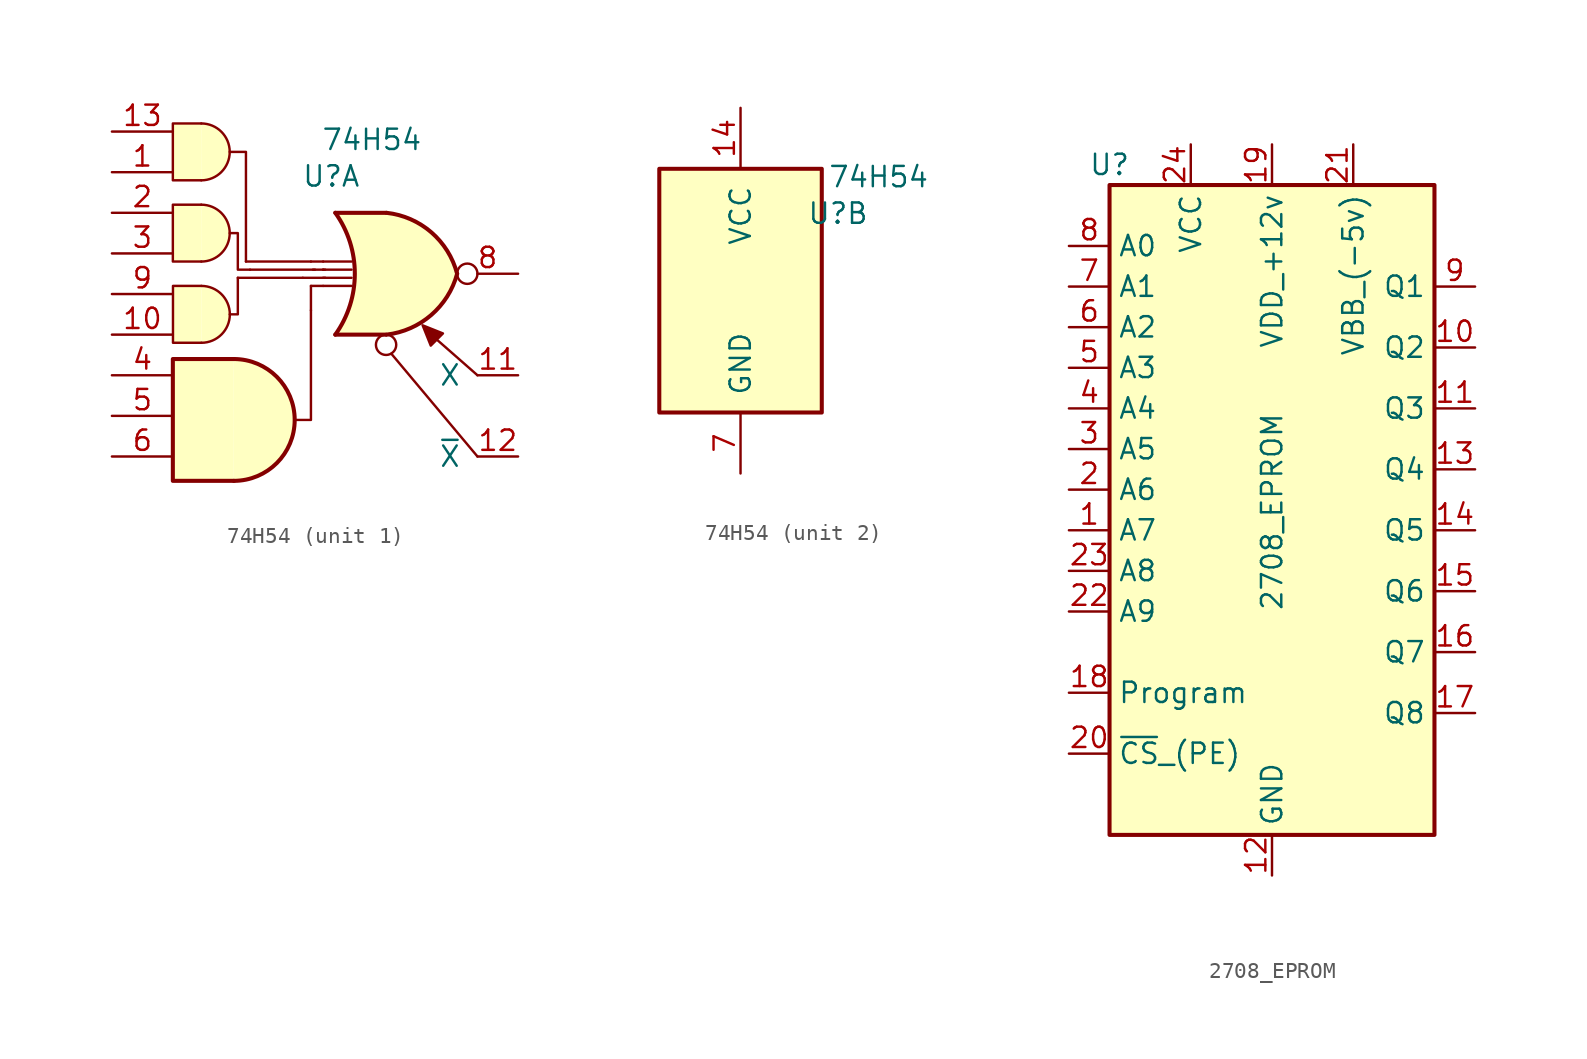
<source format=kicad_sym>
(kicad_symbol_lib
  (version 20220914)
  (generator kicad_symbol_editor)
  (symbol "74H54"
    (pin_names
      (offset 1.016))
    (property "Reference" "U"
      (at 6.096 4.826 0)
      (effects (font (size 1.27 1.27))))
    (property "Value" "74H54"
      (at 8.636 7.112 0)
      (effects (font (size 1.27 1.27))))
    (property "ki_locked" ""
      (at 0 0 0)
      (effects (font (size 1.27 1.27))))
    (symbol "74H54_1_0"
      (arc (start -2.032 -0.508) (mid -0.2617 1.27) (end -2.032 3.048) (stroke (width 0) (type default)) (fill (type background)))
      (arc (start -2.032 4.572) (mid -0.2617 6.35) (end -2.032 8.128) (stroke (width 0) (type default)) (fill (type background)))
      (arc (start -2.0243 -5.588) (mid -0.254 -3.81) (end -2.0243 -2.032) (stroke (width 0) (type default)) (fill (type background)))
      (polyline (pts (xy 4.318 -1.524) (xy 5.715 -1.524)) (stroke (width 0) (type default)) (fill (type none)))
      (polyline (pts (xy 4.826 -2.032) (xy 5.588 -2.032)) (stroke (width 0) (type default)) (fill (type none)))
      (polyline (pts (xy 4.826 -0.508) (xy 5.588 -0.508)) (stroke (width 0) (type default)) (fill (type none)))
      (polyline (pts (xy 5.715 -1.016) (xy 4.953 -1.016)) (stroke (width 0) (type default)) (fill (type none)))
      (polyline (pts (xy -0.254 -3.81) (xy 0.254 -3.81) (xy 0.254 -1.524)) (stroke (width 0) (type default)) (fill (type none)))
      (polyline (pts (xy 0.762 -0.508) (xy 0.762 6.35) (xy -0.254 6.35)) (stroke (width 0) (type default)) (fill (type none)))
      (polyline (pts (xy 4.826 -3.556) (xy 4.826 -10.414) (xy 3.81 -10.414)) (stroke (width 0) (type default)) (fill (type none)))
      (polyline (pts (xy -2.032 3.048) (xy -3.81 3.048) (xy -3.81 -0.508) (xy -2.032 -0.508)) (stroke (width 0) (type default)) (fill (type background)))
      (polyline (pts (xy -2.032 8.128) (xy -3.81 8.128) (xy -3.81 4.572) (xy -2.032 4.572)) (stroke (width 0) (type default)) (fill (type background)))
      (polyline (pts (xy -2.024 -2.032) (xy -3.802 -2.032) (xy -3.802 -5.588) (xy -2.024 -5.588)) (stroke (width 0) (type default)) (fill (type background)))
      (polyline (pts (xy 1.016 -1.016) (xy 0.254 -1.016) (xy 0.254 1.27) (xy -0.254 1.27)) (stroke (width 0) (type default)) (fill (type none)))
      (pin input line (at -7.62 5.08 0) (length 3.81) (name "~" (effects (font (size 1.27 1.27)))) (number "1" (effects (font (size 1.27 1.27)))))
      (pin input line (at -7.62 -5.08 0) (length 3.81) (name "~" (effects (font (size 1.27 1.27)))) (number "10" (effects (font (size 1.27 1.27)))))
      (pin input line (at -7.62 7.62 0) (length 3.81) (name "~" (effects (font (size 1.27 1.27)))) (number "13" (effects (font (size 1.27 1.27)))))
      (pin input line (at -7.62 2.54 0) (length 3.81) (name "~" (effects (font (size 1.27 1.27)))) (number "2" (effects (font (size 1.27 1.27)))))
      (pin input line (at -7.62 0 0) (length 3.81) (name "~" (effects (font (size 1.27 1.27)))) (number "3" (effects (font (size 1.27 1.27)))))
      (pin input line (at -7.62 -2.54 0) (length 3.81) (name "~" (effects (font (size 1.27 1.27)))) (number "9" (effects (font (size 1.27 1.27))))))
    (symbol "74H54_1_1"
      (arc (start 0 -14.224) (mid 3.7934 -10.414) (end 0 -6.604) (stroke (width 0.254) (type default)) (fill (type background)))
      (polyline (pts (xy 0.254 -1.524) (xy 4.318 -1.524)) (stroke (width 0) (type default)) (fill (type none)))
      (polyline (pts (xy 0.762 -0.508) (xy 4.826 -0.508)) (stroke (width 0) (type default)) (fill (type none)))
      (polyline (pts (xy 1.016 -1.016) (xy 5.08 -1.016)) (stroke (width 0) (type default)) (fill (type none)))
      (polyline (pts (xy 4.826 -3.556) (xy 4.826 -2.032)) (stroke (width 0) (type default)) (fill (type none)))
      (polyline (pts (xy 5.588 -2.032) (xy 7.366 -2.032)) (stroke (width 0) (type default)) (fill (type none)))
      (polyline (pts (xy 5.588 -1.524) (xy 7.366 -1.524)) (stroke (width 0) (type default)) (fill (type none)))
      (polyline (pts (xy 5.588 -1.016) (xy 5.588 -1.016)) (stroke (width 0) (type default)) (fill (type none)))
      (polyline (pts (xy 5.588 -1.016) (xy 7.366 -1.016)) (stroke (width 0) (type default)) (fill (type none)))
      (polyline (pts (xy 5.588 -0.508) (xy 7.366 -0.508)) (stroke (width 0) (type default)) (fill (type none)))
      (polyline (pts (xy 6.35 -5.08) (xy 9.525 -5.08)) (stroke (width 0.254) (type default)) (fill (type background)))
      (polyline (pts (xy 6.35 2.54) (xy 9.525 2.54)) (stroke (width 0.254) (type default)) (fill (type background)))
      (polyline (pts (xy 9.855 -6.274) (xy 15.24 -12.7)) (stroke (width 0) (type default)) (fill (type none)))
      (polyline (pts (xy 15.24 -7.62) (xy 12.751 -5.436)) (stroke (width 0) (type default)) (fill (type none)))
      (polyline (pts (xy 0 -6.604) (xy -3.81 -6.604) (xy -3.81 -14.224) (xy 0 -14.224)) (stroke (width 0.254) (type default)) (fill (type background)))
      (polyline (pts (xy 11.811 -4.496) (xy 12.319 -5.766) (xy 13.081 -5.004) (xy 11.811 -4.496)) (stroke (width 0) (type default)) (fill (type outline)))
      (polyline (pts (xy 9.525 2.54) (xy 6.35 2.54) (xy 6.35 2.54) (xy 6.604 2.134) (xy 7.137 0.991) (xy 7.468 -0.229) (xy 7.544 -1.524) (xy 7.391 -2.769) (xy 6.985 -3.988) (xy 6.35 -5.08) (xy 6.35 -5.08) (xy 9.525 -5.08)) (stroke (width -25.4) (type default)) (fill (type background)))
      (arc (start 6.35 -5.08) (mid 7.571 -1.27) (end 6.35 2.54) (stroke (width 0.254) (type default)) (fill (type none)))
      (circle (center 9.525 -5.715) (radius 0.635) (stroke (width 0) (type default)) (fill (type none)))
      (arc (start 9.5504 -5.08) (mid 12.3457 -3.8541) (end 13.97 -1.27) (stroke (width 0.254) (type default)) (fill (type background)))
      (arc (start 13.97 -1.27) (mid 12.3528 1.3223) (end 9.5504 2.54) (stroke (width 0.254) (type default)) (fill (type background)))
      (pin bidirectional line (at 17.78 -7.62 180) (length 2.54) (name "X" (effects (font (size 1.27 1.27)))) (number "11" (effects (font (size 1.27 1.27)))))
      (pin bidirectional line (at 17.78 -12.7 180) (length 2.54) (name "~{X}" (effects (font (size 1.27 1.27)))) (number "12" (effects (font (size 1.27 1.27)))))
      (pin input line (at -7.62 -7.62 0) (length 3.81) (name "~" (effects (font (size 1.27 1.27)))) (number "4" (effects (font (size 1.27 1.27)))))
      (pin input line (at -7.62 -10.16 0) (length 3.81) (name "~" (effects (font (size 1.27 1.27)))) (number "5" (effects (font (size 1.27 1.27)))))
      (pin input line (at -7.62 -12.7 0) (length 3.81) (name "~" (effects (font (size 1.27 1.27)))) (number "6" (effects (font (size 1.27 1.27)))))
      (pin output inverted (at 17.78 -1.27 180) (length 3.81) (name "" (effects (font (size 1.27 1.27)))) (number "8" (effects (font (size 1.27 1.27))))))
    (symbol "74H54_2_0"
      (pin power_in line (at 0 11.43 270) (length 3.81) (name "VCC" (effects (font (size 1.27 1.27)))) (number "14" (effects (font (size 1.27 1.27)))))
      (pin power_in line (at 0 -11.43 90) (length 3.81) (name "GND" (effects (font (size 1.27 1.27)))) (number "7" (effects (font (size 1.27 1.27))))))
    (symbol "74H54_2_1"
      (rectangle (start -5.08 7.62) (end 5.08 -7.62) (stroke (width 0.254) (type default)) (fill (type background)))))
  (symbol "2708_EPROM"
    (property "Reference" "U"
      (at -10.16 20.32 0)
      (effects (font (size 1.27 1.27))))
    (property "Value" "2708_EPROM"
      (at 0 -7.62 90)
      (effects (font (size 1.27 1.27)) (justify left)))
    (symbol "2708_EPROM_1_1"
      (rectangle (start -10.16 19.05) (end 10.16 -21.59) (stroke (width 0.254) (type default)) (fill (type background)))
      (pin input line (at -12.7 -2.54 0) (length 2.54) (name "A7" (effects (font (size 1.27 1.27)))) (number "1" (effects (font (size 1.27 1.27)))))
      (pin tri_state line (at 12.7 8.89 180) (length 2.54) (name "Q2" (effects (font (size 1.27 1.27)))) (number "10" (effects (font (size 1.27 1.27)))))
      (pin tri_state line (at 12.7 5.08 180) (length 2.54) (name "Q3" (effects (font (size 1.27 1.27)))) (number "11" (effects (font (size 1.27 1.27)))))
      (pin power_in line (at 0 -24.13 90) (length 2.54) (name "GND" (effects (font (size 1.27 1.27)))) (number "12" (effects (font (size 1.27 1.27)))))
      (pin tri_state line (at 12.7 1.27 180) (length 2.54) (name "Q4" (effects (font (size 1.27 1.27)))) (number "13" (effects (font (size 1.27 1.27)))))
      (pin tri_state line (at 12.7 -2.54 180) (length 2.54) (name "Q5" (effects (font (size 1.27 1.27)))) (number "14" (effects (font (size 1.27 1.27)))))
      (pin tri_state line (at 12.7 -6.35 180) (length 2.54) (name "Q6" (effects (font (size 1.27 1.27)))) (number "15" (effects (font (size 1.27 1.27)))))
      (pin tri_state line (at 12.7 -10.16 180) (length 2.54) (name "Q7" (effects (font (size 1.27 1.27)))) (number "16" (effects (font (size 1.27 1.27)))))
      (pin tri_state line (at 12.7 -13.97 180) (length 2.54) (name "Q8" (effects (font (size 1.27 1.27)))) (number "17" (effects (font (size 1.27 1.27)))))
      (pin input line (at -12.7 -12.7 0) (length 2.54) (name "Program" (effects (font (size 1.27 1.27)))) (number "18" (effects (font (size 1.27 1.27)))))
      (pin power_in line (at 0 21.59 270) (length 2.54) (name "VDD_+12v" (effects (font (size 1.27 1.27)))) (number "19" (effects (font (size 1.27 1.27)))))
      (pin input line (at -12.7 0 0) (length 2.54) (name "A6" (effects (font (size 1.27 1.27)))) (number "2" (effects (font (size 1.27 1.27)))))
      (pin input line (at -12.7 -16.51 0) (length 2.54) (name "~{CS}_(PE)" (effects (font (size 1.27 1.27)))) (number "20" (effects (font (size 1.27 1.27)))))
      (pin power_in line (at 5.08 21.59 270) (length 2.54) (name "VBB_(-5v)" (effects (font (size 1.27 1.27)))) (number "21" (effects (font (size 1.27 1.27)))))
      (pin input line (at -12.7 -7.62 0) (length 2.54) (name "A9" (effects (font (size 1.27 1.27)))) (number "22" (effects (font (size 1.27 1.27)))))
      (pin input line (at -12.7 -5.08 0) (length 2.54) (name "A8" (effects (font (size 1.27 1.27)))) (number "23" (effects (font (size 1.27 1.27)))))
      (pin power_in line (at -5.08 21.59 270) (length 2.54) (name "VCC" (effects (font (size 1.27 1.27)))) (number "24" (effects (font (size 1.27 1.27)))))
      (pin input line (at -12.7 2.54 0) (length 2.54) (name "A5" (effects (font (size 1.27 1.27)))) (number "3" (effects (font (size 1.27 1.27)))))
      (pin input line (at -12.7 5.08 0) (length 2.54) (name "A4" (effects (font (size 1.27 1.27)))) (number "4" (effects (font (size 1.27 1.27)))))
      (pin input line (at -12.7 7.62 0) (length 2.54) (name "A3" (effects (font (size 1.27 1.27)))) (number "5" (effects (font (size 1.27 1.27)))))
      (pin input line (at -12.7 10.16 0) (length 2.54) (name "A2" (effects (font (size 1.27 1.27)))) (number "6" (effects (font (size 1.27 1.27)))))
      (pin input line (at -12.7 12.7 0) (length 2.54) (name "A1" (effects (font (size 1.27 1.27)))) (number "7" (effects (font (size 1.27 1.27)))))
      (pin input line (at -12.7 15.24 0) (length 2.54) (name "A0" (effects (font (size 1.27 1.27)))) (number "8" (effects (font (size 1.27 1.27)))))
      (pin tri_state line (at 12.7 12.7 180) (length 2.54) (name "Q1" (effects (font (size 1.27 1.27)))) (number "9" (effects (font (size 1.27 1.27))))))))
</source>
